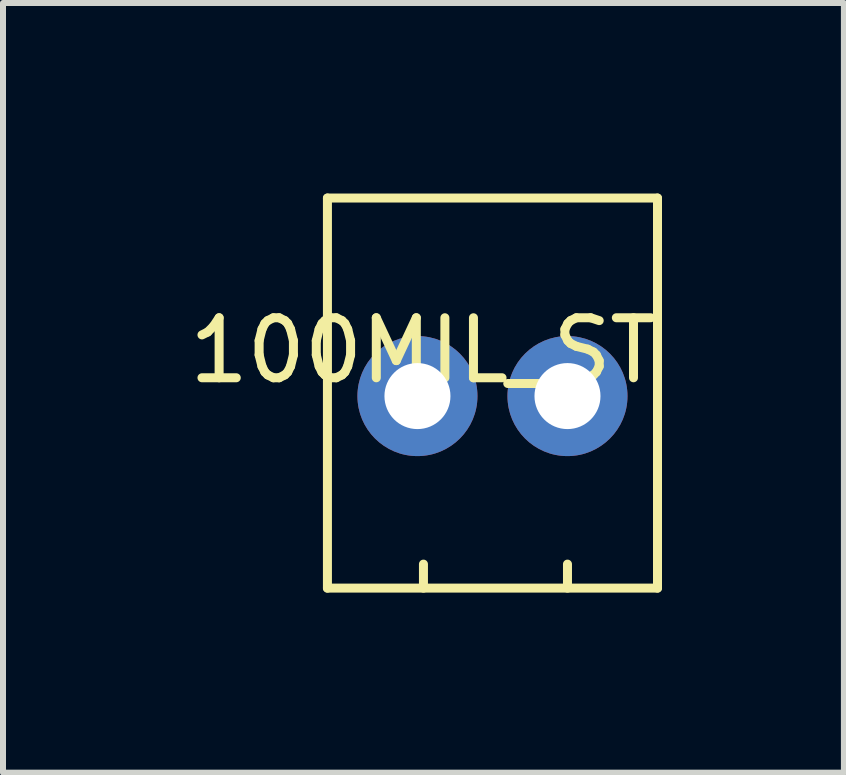
<source format=kicad_pcb>
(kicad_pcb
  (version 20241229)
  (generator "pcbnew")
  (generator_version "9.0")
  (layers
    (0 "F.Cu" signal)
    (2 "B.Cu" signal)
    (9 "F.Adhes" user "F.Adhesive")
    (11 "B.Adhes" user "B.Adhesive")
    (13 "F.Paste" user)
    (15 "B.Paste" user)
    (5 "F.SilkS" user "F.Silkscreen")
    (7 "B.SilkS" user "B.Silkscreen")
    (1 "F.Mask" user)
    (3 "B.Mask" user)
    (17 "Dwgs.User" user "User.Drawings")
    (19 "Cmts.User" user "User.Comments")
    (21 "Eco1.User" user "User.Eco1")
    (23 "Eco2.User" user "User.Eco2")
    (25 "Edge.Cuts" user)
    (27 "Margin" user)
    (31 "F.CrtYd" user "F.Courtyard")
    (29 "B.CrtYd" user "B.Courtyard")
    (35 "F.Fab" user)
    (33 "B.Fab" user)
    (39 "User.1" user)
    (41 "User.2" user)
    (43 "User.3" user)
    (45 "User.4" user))
  (footprint "100MIL_ST"
    (layer "F.Cu")
    (at 2.406 0.25)
    (property "Reference" "100MIL_ST" (at 1.6 2.54 0) (layer "F.SilkS") (effects (font (size 1 1) (thickness 0.15))))
    (attr through_hole)
    (fp_line (start 0 0) (end 0 6.5) (stroke (width 0.15) (type solid)) (layer "F.SilkS"))
    (fp_line (start 0 0) (end 5.5 0) (stroke (width 0.15) (type solid)) (layer "F.SilkS"))
    (fp_line (start 0 6.5) (end 5.5 6.5) (stroke (width 0.15) (type solid)) (layer "F.SilkS"))
    (fp_line (start 1.6 6.5) (end 1.6 6.1) (stroke (width 0.15) (type solid)) (layer "F.SilkS"))
    (fp_line (start 4 6.5) (end 4 6.1) (stroke (width 0.15) (type solid)) (layer "F.SilkS"))
    (fp_line (start 5.5 0) (end 5.5 6.5) (stroke (width 0.15) (type solid)) (layer "F.SilkS"))
    (pad "1" thru_hole circle (at 1.5 3.3) (size 2 2) (drill 1.1) (layers "*.Cu" "*.Mask"))
    (pad "2" thru_hole circle (at 4 3.3) (size 2 2) (drill 1.1) (layers "*.Cu" "*.Mask")))
  (gr_rect
    (start -3 -3)
    (end 11.012 9.825)
    (stroke (width 0.1) (type default))
    (fill no)
    (layer "Edge.Cuts")))
</source>
